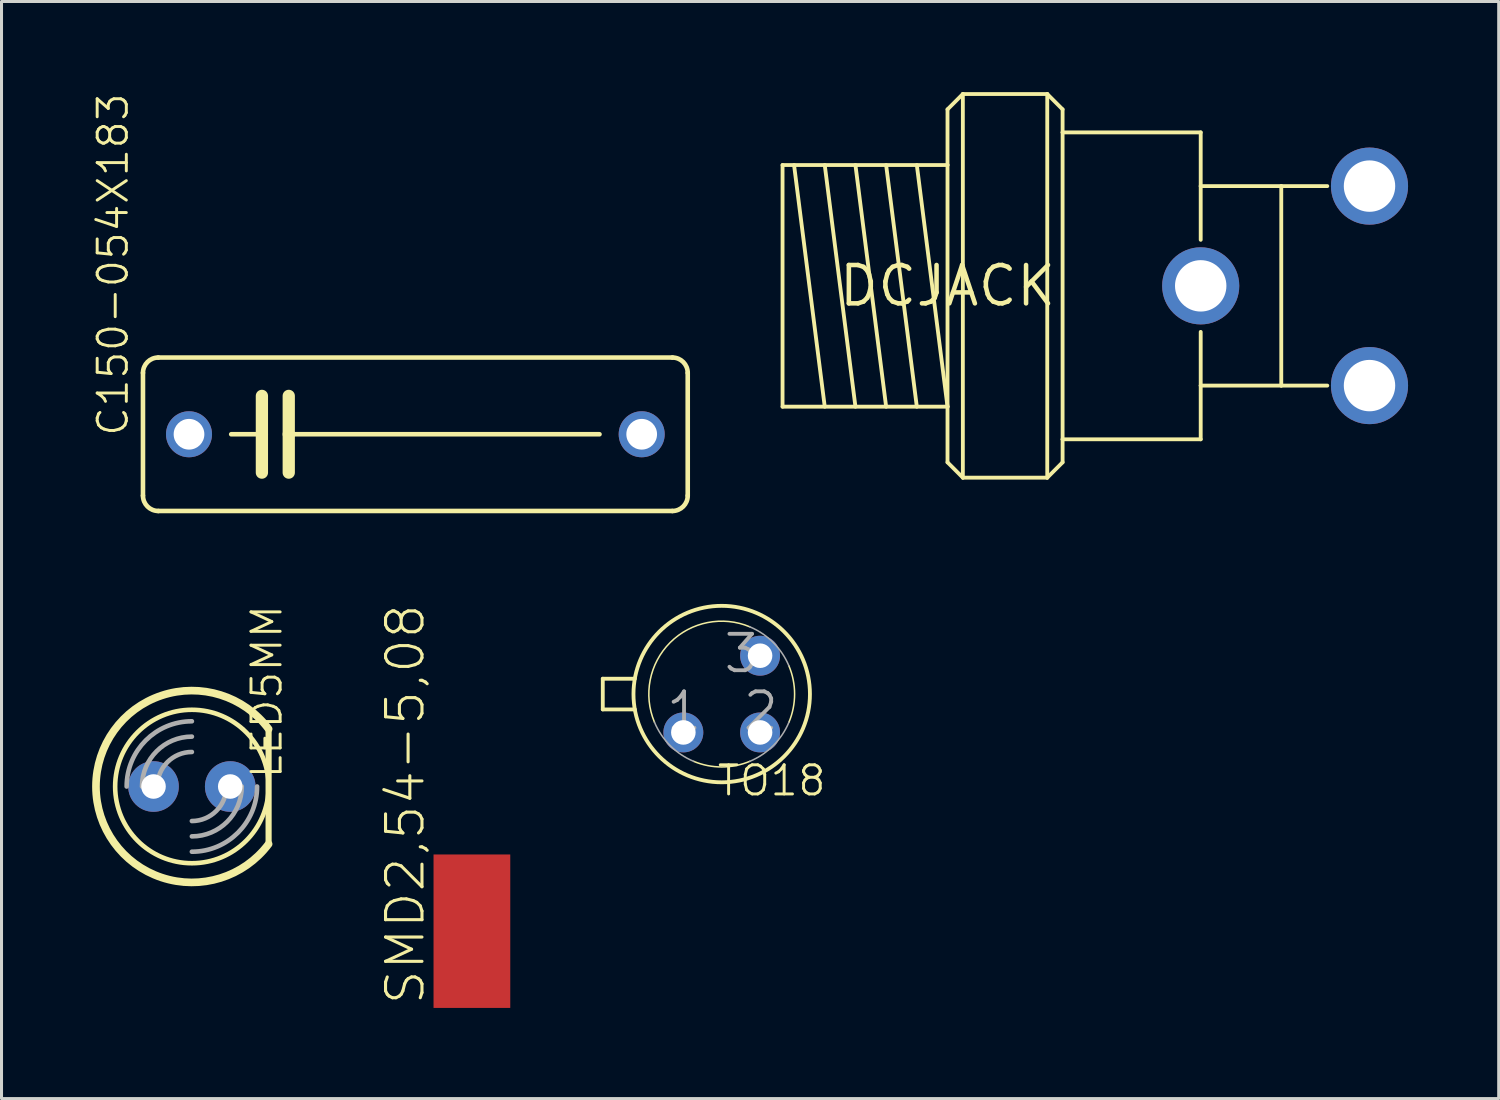
<source format=kicad_pcb>
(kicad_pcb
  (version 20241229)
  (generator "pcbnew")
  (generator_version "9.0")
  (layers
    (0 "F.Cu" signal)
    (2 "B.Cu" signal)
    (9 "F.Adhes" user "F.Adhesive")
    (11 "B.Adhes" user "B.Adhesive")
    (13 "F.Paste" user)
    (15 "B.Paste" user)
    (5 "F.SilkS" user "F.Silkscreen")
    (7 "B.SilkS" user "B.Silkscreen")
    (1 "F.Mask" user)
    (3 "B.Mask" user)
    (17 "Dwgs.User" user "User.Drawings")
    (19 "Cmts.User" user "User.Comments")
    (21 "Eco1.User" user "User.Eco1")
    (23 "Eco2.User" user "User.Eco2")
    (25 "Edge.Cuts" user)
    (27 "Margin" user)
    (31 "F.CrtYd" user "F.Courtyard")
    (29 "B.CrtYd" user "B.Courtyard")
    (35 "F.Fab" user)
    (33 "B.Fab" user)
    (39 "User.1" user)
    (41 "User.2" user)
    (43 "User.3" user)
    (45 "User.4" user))
  (footprint "LED5MM"
    (layer "F.Cu")
    (at 3.302 22.987)
    (property "Reference" "LED5MM" (at 3.045 -0.203 90) (layer "F.SilkS") (effects (font (size 0.965 0.965) (thickness 0.097)) (justify left bottom)))
    (attr through_hole)
    (fp_line (start 2.54 1.905) (end 2.54 -1.905) (stroke (width 0.203) (type solid)) (layer "F.SilkS"))
    (fp_arc (start 2.54 1.905) (mid -3.175 0) (end 2.54 -1.905) (stroke (width 0.254) (type solid)) (layer "F.SilkS"))
    (fp_circle (center 0 0) (end 2.54 0) (stroke (width 0.152) (type solid)) (fill no) (layer "F.SilkS"))
    (fp_arc (start -2.159 0) (mid -1.526644 -1.526644) (end 0 -2.159) (stroke (width 0.1524) (type solid)) (layer "F.Fab"))
    (fp_arc (start -1.651 0) (mid -1.167433 -1.167433) (end 0 -1.651) (stroke (width 0.1524) (type solid)) (layer "F.Fab"))
    (fp_arc (start -1.143 0) (mid -0.808223 -0.808223) (end 0 -1.143) (stroke (width 0.1524) (type solid)) (layer "F.Fab"))
    (fp_arc (start 1.143 0) (mid 0.808223 0.808223) (end 0 1.143) (stroke (width 0.1524) (type solid)) (layer "F.Fab"))
    (fp_arc (start 1.651 0) (mid 1.167433 1.167433) (end 0 1.651) (stroke (width 0.1524) (type solid)) (layer "F.Fab"))
    (fp_arc (start 2.159 0) (mid 1.526644 1.526644) (end 0 2.159) (stroke (width 0.1524) (type solid)) (layer "F.Fab"))
    (pad "A" thru_hole circle (at -1.27 0) (size 1.676 1.676) (drill 0.813) (layers "*.Cu" "*.Mask"))
    (pad "K" thru_hole circle (at 1.27 0) (size 1.676 1.676) (drill 0.813) (layers "*.Cu" "*.Mask")))
  (footprint "DCJACK"
    (layer "F.Cu")
    (at 28.317 6.413)
    (property "Reference" "DCJACK" (at 0 0 0) (layer "F.SilkS") (effects (font (size 1.27 1.27) (thickness 0.15))))
    (attr through_hole)
    (fp_line (start -5.461 -4) (end -5.461 4) (stroke (width 0.127) (type solid)) (layer "F.SilkS"))
    (fp_line (start -5.461 4) (end 0 4) (stroke (width 0.127) (type solid)) (layer "F.SilkS"))
    (fp_line (start -5.08 -4) (end -4.064 4) (stroke (width 0.127) (type solid)) (layer "F.SilkS"))
    (fp_line (start -4.064 -4) (end -3.048 4) (stroke (width 0.127) (type solid)) (layer "F.SilkS"))
    (fp_line (start -3.048 -4) (end -2.032 4) (stroke (width 0.127) (type solid)) (layer "F.SilkS"))
    (fp_line (start -2.032 -4) (end -1.016 4) (stroke (width 0.127) (type solid)) (layer "F.SilkS"))
    (fp_line (start -1.016 -4) (end 0 4) (stroke (width 0.127) (type solid)) (layer "F.SilkS"))
    (fp_line (start 0 -5.842) (end 0.508 -6.35) (stroke (width 0.127) (type solid)) (layer "F.SilkS"))
    (fp_line (start 0 -4) (end -5.461 -4) (stroke (width 0.127) (type solid)) (layer "F.SilkS"))
    (fp_line (start 0 -4) (end 0 -5.842) (stroke (width 0.127) (type solid)) (layer "F.SilkS"))
    (fp_line (start 0 4) (end 0 -4) (stroke (width 0.127) (type solid)) (layer "F.SilkS"))
    (fp_line (start 0 5.842) (end 0 4) (stroke (width 0.127) (type solid)) (layer "F.SilkS"))
    (fp_line (start 0.508 -6.35) (end 0.508 6.35) (stroke (width 0.127) (type solid)) (layer "F.SilkS"))
    (fp_line (start 0.508 -6.35) (end 3.302 -6.35) (stroke (width 0.127) (type solid)) (layer "F.SilkS"))
    (fp_line (start 0.508 6.35) (end 0 5.842) (stroke (width 0.127) (type solid)) (layer "F.SilkS"))
    (fp_line (start 3.302 -6.35) (end 3.81 -5.842) (stroke (width 0.127) (type solid)) (layer "F.SilkS"))
    (fp_line (start 3.302 6.35) (end 0.508 6.35) (stroke (width 0.127) (type solid)) (layer "F.SilkS"))
    (fp_line (start 3.302 6.35) (end 3.302 -6.35) (stroke (width 0.127) (type solid)) (layer "F.SilkS"))
    (fp_line (start 3.81 -5.842) (end 3.81 -5.08) (stroke (width 0.127) (type solid)) (layer "F.SilkS"))
    (fp_line (start 3.81 -5.08) (end 3.81 5.08) (stroke (width 0.127) (type solid)) (layer "F.SilkS"))
    (fp_line (start 3.81 -5.08) (end 8.382 -5.08) (stroke (width 0.127) (type solid)) (layer "F.SilkS"))
    (fp_line (start 3.81 5.08) (end 3.81 5.842) (stroke (width 0.127) (type solid)) (layer "F.SilkS"))
    (fp_line (start 3.81 5.08) (end 8.382 5.08) (stroke (width 0.127) (type solid)) (layer "F.SilkS"))
    (fp_line (start 3.81 5.842) (end 3.302 6.35) (stroke (width 0.127) (type solid)) (layer "F.SilkS"))
    (fp_line (start 8.382 -5.08) (end 8.382 -3.302) (stroke (width 0.127) (type solid)) (layer "F.SilkS"))
    (fp_line (start 8.382 -3.302) (end 8.382 -1.524) (stroke (width 0.127) (type solid)) (layer "F.SilkS"))
    (fp_line (start 8.382 -3.302) (end 11.049 -3.302) (stroke (width 0.127) (type solid)) (layer "F.SilkS"))
    (fp_line (start 8.382 3.302) (end 8.382 1.524) (stroke (width 0.127) (type solid)) (layer "F.SilkS"))
    (fp_line (start 8.382 5.08) (end 8.382 3.302) (stroke (width 0.127) (type solid)) (layer "F.SilkS"))
    (fp_line (start 11.049 -3.302) (end 11.049 3.302) (stroke (width 0.127) (type solid)) (layer "F.SilkS"))
    (fp_line (start 11.049 -3.302) (end 12.573 -3.302) (stroke (width 0.127) (type solid)) (layer "F.SilkS"))
    (fp_line (start 11.049 3.302) (end 8.382 3.302) (stroke (width 0.127) (type solid)) (layer "F.SilkS"))
    (fp_line (start 11.049 3.302) (end 12.573 3.302) (stroke (width 0.127) (type solid)) (layer "F.SilkS"))
    (pad "P$1" thru_hole circle (at 8.382 0) (size 2.553 2.553) (drill 1.702) (layers "*.Cu" "*.Mask"))
    (pad "P$2" thru_hole circle (at 13.97 -3.302) (size 2.553 2.553) (drill 1.702) (layers "*.Cu" "*.Mask"))
    (pad "P$3" thru_hole circle (at 13.97 3.302) (size 2.553 2.553) (drill 1.702) (layers "*.Cu" "*.Mask")))
  (footprint "SMD2,54-5,08"
    (layer "F.Cu")
    (at 12.572 27.777)
    (property "Reference" "SMD2,54-5,08" (at -1.5 2.5 90) (layer "F.SilkS") (effects (font (size 1.206 1.206) (thickness 0.102)) (justify left bottom)))
    (attr through_hole)
    (pad "1" smd rect (at 0 0) (size 2.54 5.08) (layers "F.Cu" "F.Mask" "F.Paste")))
  (footprint "TO18"
    (layer "F.Cu")
    (at 20.842 19.927)
    (property "Reference" "TO18" (at -0.203 3.429 180) (layer "F.SilkS") (effects (font (size 0.965 0.965) (thickness 0.097)) (justify left bottom)))
    (attr through_hole)
    (fp_line (start -3.937 -0.508) (end -2.877 -0.508) (stroke (width 0.127) (type solid)) (layer "F.SilkS"))
    (fp_line (start -3.937 0.508) (end -3.937 -0.508) (stroke (width 0.127) (type solid)) (layer "F.SilkS"))
    (fp_line (start -3.937 0.508) (end -2.877 0.508) (stroke (width 0.127) (type solid)) (layer "F.SilkS"))
    (fp_arc (start -2.227 0.9289) (mid -1.706187 -1.706287) (end 0.929 -2.2271) (stroke (width 0.0508) (type solid)) (layer "F.SilkS"))
    (fp_arc (start 0.928899 2.227) (mid 0 2.412961) (end -0.9289 2.227) (stroke (width 0.0508) (type solid)) (layer "F.SilkS"))
    (fp_arc (start 2.227 -0.928899) (mid 2.412961 0) (end 2.227 0.9289) (stroke (width 0.0508) (type solid)) (layer "F.SilkS"))
    (fp_circle (center 0 0) (end 2.921 0) (stroke (width 0.127) (type solid)) (fill no) (layer "F.SilkS"))
    (fp_arc (start -0.9289 2.227) (mid -1.706222 1.706222) (end -2.227 0.9289) (stroke (width 0.0508) (type solid)) (layer "F.Fab"))
    (fp_arc (start 0.9289 -2.227) (mid 1.706222 -1.706222) (end 2.227 -0.9289) (stroke (width 0.0508) (type solid)) (layer "F.Fab"))
    (fp_arc (start 2.227 0.9289) (mid 1.706222 1.706222) (end 0.9289 2.227) (stroke (width 0.0508) (type solid)) (layer "F.Fab"))
    (fp_text user "1" (at -1.905 1.27 0) (layer "F.Fab") (effects (font (size 1.206 1.206) (thickness 0.127)) (justify left bottom)))
    (fp_text user "3" (at 0 -0.635 0) (layer "F.Fab") (effects (font (size 1.206 1.206) (thickness 0.127)) (justify left bottom)))
    (fp_text user "2" (at 0.635 1.27 0) (layer "F.Fab") (effects (font (size 1.206 1.206) (thickness 0.127)) (justify left bottom)))
    (pad "1" thru_hole circle (at -1.27 1.27) (size 1.321 1.321) (drill 0.813) (layers "*.Cu" "*.Mask"))
    (pad "2" thru_hole circle (at 1.27 1.27) (size 1.321 1.321) (drill 0.813) (layers "*.Cu" "*.Mask"))
    (pad "3" thru_hole circle (at 1.27 -1.27) (size 1.321 1.321) (drill 0.813) (layers "*.Cu" "*.Mask")))
  (footprint "C150-054X183"
    (layer "F.Cu")
    (at 10.7 11.326)
    (property "Reference" "C150-054X183" (at -9.445 0.123 270) (layer "F.SilkS") (effects (font (size 0.965 0.965) (thickness 0.097)) (justify left bottom)))
    (attr through_hole)
    (fp_line (start -9.017 2.032) (end -9.017 -2.032) (stroke (width 0.152) (type solid)) (layer "F.SilkS"))
    (fp_line (start -8.509 -2.54) (end 8.509 -2.54) (stroke (width 0.152) (type solid)) (layer "F.SilkS"))
    (fp_line (start -5.08 -1.27) (end -5.08 0) (stroke (width 0.406) (type solid)) (layer "F.SilkS"))
    (fp_line (start -5.08 0) (end -6.096 0) (stroke (width 0.152) (type solid)) (layer "F.SilkS"))
    (fp_line (start -5.08 0) (end -5.08 1.27) (stroke (width 0.406) (type solid)) (layer "F.SilkS"))
    (fp_line (start -4.191 -1.27) (end -4.191 0) (stroke (width 0.406) (type solid)) (layer "F.SilkS"))
    (fp_line (start -4.191 0) (end -4.191 1.27) (stroke (width 0.406) (type solid)) (layer "F.SilkS"))
    (fp_line (start -4.191 0) (end 6.096 0) (stroke (width 0.152) (type solid)) (layer "F.SilkS"))
    (fp_line (start 8.509 2.54) (end -8.509 2.54) (stroke (width 0.152) (type solid)) (layer "F.SilkS"))
    (fp_line (start 9.017 -2.032) (end 9.017 2.032) (stroke (width 0.152) (type solid)) (layer "F.SilkS"))
    (fp_arc (start -9.017 -2.032) (mid -8.86821 -2.39121) (end -8.509 -2.54) (stroke (width 0.1524) (type solid)) (layer "F.SilkS"))
    (fp_arc (start -8.509 2.54) (mid -8.86821 2.39121) (end -9.017 2.032) (stroke (width 0.1524) (type solid)) (layer "F.SilkS"))
    (fp_arc (start 8.509 -2.54) (mid 8.86821 -2.39121) (end 9.017 -2.032) (stroke (width 0.1524) (type solid)) (layer "F.SilkS"))
    (fp_arc (start 9.017 2.032) (mid 8.86821 2.39121) (end 8.509 2.54) (stroke (width 0.1524) (type solid)) (layer "F.SilkS"))
    (pad "1" thru_hole circle (at -7.493 0) (size 1.524 1.524) (drill 1.016) (layers "*.Cu" "*.Mask"))
    (pad "2" thru_hole circle (at 7.493 0) (size 1.524 1.524) (drill 1.016) (layers "*.Cu" "*.Mask")))
  (gr_rect
    (start -3 -3)
    (end 46.564 33.317)
    (stroke (width 0.1) (type default))
    (fill no)
    (layer "Edge.Cuts")))
</source>
